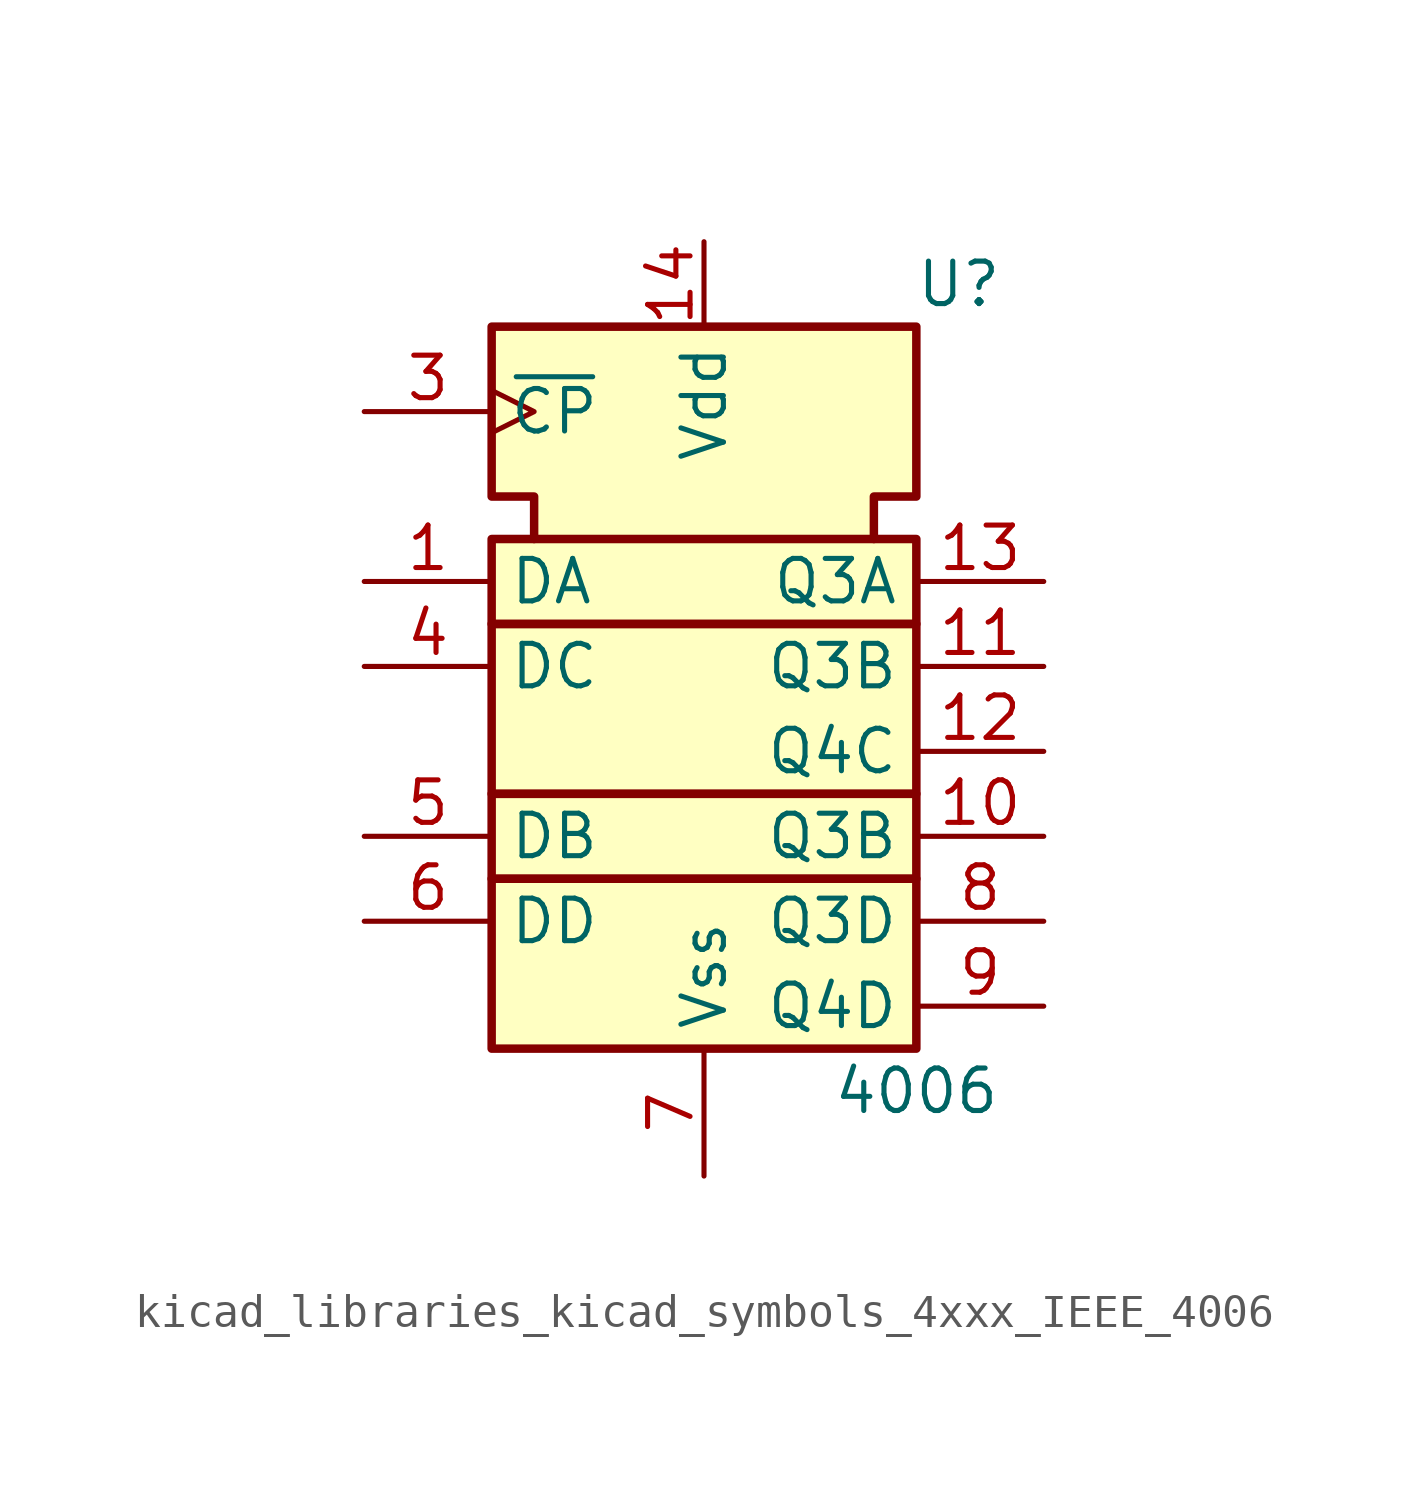
<source format=kicad_sym>
(kicad_symbol_lib
  (version 20220914)
  (generator kicad_symbol_editor)
  (symbol "kicad_libraries_kicad_symbols_4xxx_IEEE_4006"
    (property "Reference" "U"
      (at 7.62 8.89 0)
      (effects (font (size 1.27 1.27))))
    (property "Value" "4006"
      (at 6.35 -15.24 0)
      (effects (font (size 1.27 1.27))))
    (symbol "kicad_libraries_kicad_symbols_4xxx_IEEE_4006_0_0"
      (rectangle (start -6.35 -8.89) (end 6.35 -13.97) (stroke (width 0.254) (type default)) (fill (type background)))
      (rectangle (start -6.35 -6.35) (end 6.35 -8.89) (stroke (width 0.254) (type default)) (fill (type background)))
      (rectangle (start -6.35 -1.27) (end 6.35 -6.35) (stroke (width 0.254) (type default)) (fill (type background)))
      (rectangle (start -6.35 1.27) (end 6.35 -1.27) (stroke (width 0.254) (type default)) (fill (type background)))
      (polyline (pts (xy -5.08 1.27) (xy -5.08 2.54) (xy -6.35 2.54) (xy -6.35 7.62) (xy 6.35 7.62) (xy 6.35 2.54) (xy 5.08 2.54) (xy 5.08 1.27) (xy 5.08 1.27)) (stroke (width 0.254) (type default)) (fill (type background))))
    (symbol "kicad_libraries_kicad_symbols_4xxx_IEEE_4006_0_1"
      (pin power_in line (at 0 10.16 270) (length 2.54) (name "Vdd" (effects (font (size 1.27 1.27)))) (number "14" (effects (font (size 1.27 1.27)))))
      (pin power_in line (at 0 -17.78 90) (length 3.81) (name "Vss" (effects (font (size 1.27 1.27)))) (number "7" (effects (font (size 1.27 1.27))))))
    (symbol "kicad_libraries_kicad_symbols_4xxx_IEEE_4006_1_1"
      (pin input line (at -10.16 0 0) (length 3.81) (name "DA" (effects (font (size 1.27 1.27)))) (number "1" (effects (font (size 1.27 1.27)))))
      (pin output line (at 10.16 -7.62 180) (length 3.81) (name "Q3B" (effects (font (size 1.27 1.27)))) (number "10" (effects (font (size 1.27 1.27)))))
      (pin output line (at 10.16 -2.54 180) (length 3.81) (name "Q3B" (effects (font (size 1.27 1.27)))) (number "11" (effects (font (size 1.27 1.27)))))
      (pin output line (at 10.16 -5.08 180) (length 3.81) (name "Q4C" (effects (font (size 1.27 1.27)))) (number "12" (effects (font (size 1.27 1.27)))))
      (pin output line (at 10.16 0 180) (length 3.81) (name "Q3A" (effects (font (size 1.27 1.27)))) (number "13" (effects (font (size 1.27 1.27)))))
      (pin input clock (at -10.16 5.08 0) (length 3.81) (name "~{CP}" (effects (font (size 1.27 1.27)))) (number "3" (effects (font (size 1.27 1.27)))))
      (pin input line (at -10.16 -2.54 0) (length 3.81) (name "DC" (effects (font (size 1.27 1.27)))) (number "4" (effects (font (size 1.27 1.27)))))
      (pin input line (at -10.16 -7.62 0) (length 3.81) (name "DB" (effects (font (size 1.27 1.27)))) (number "5" (effects (font (size 1.27 1.27)))))
      (pin input line (at -10.16 -10.16 0) (length 3.81) (name "DD" (effects (font (size 1.27 1.27)))) (number "6" (effects (font (size 1.27 1.27)))))
      (pin output line (at 10.16 -10.16 180) (length 3.81) (name "Q3D" (effects (font (size 1.27 1.27)))) (number "8" (effects (font (size 1.27 1.27)))))
      (pin output line (at 10.16 -12.7 180) (length 3.81) (name "Q4D" (effects (font (size 1.27 1.27)))) (number "9" (effects (font (size 1.27 1.27))))))))
</source>
